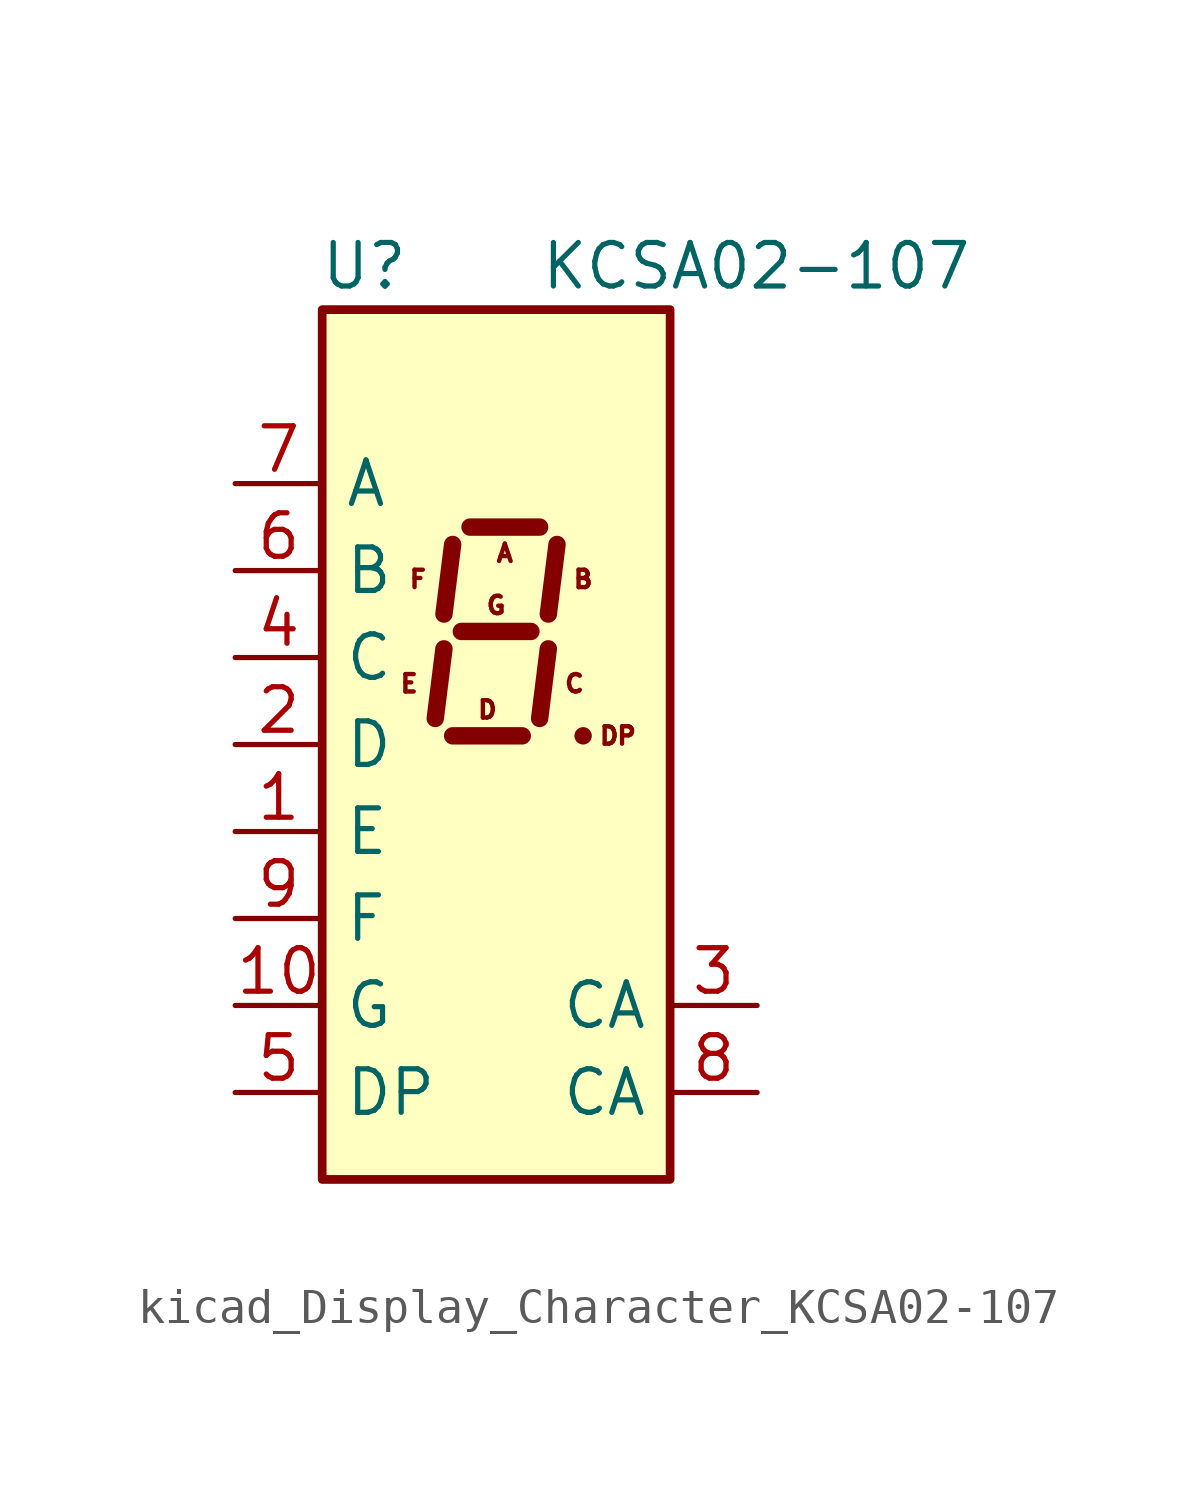
<source format=kicad_sym>
(kicad_symbol_lib
  (version 20220914)
  (generator kicad_symbol_editor)
  (symbol "kicad_Display_Character_KCSA02-107"
    (pin_names
      (offset 0.635))
    (property "Reference" "U"
      (at -2.54 13.97 0)
      (effects (font (size 1.27 1.27)) (justify right)))
    (property "Value" "KCSA02-107"
      (at 1.27 13.97 0)
      (effects (font (size 1.27 1.27)) (justify left)))
    (symbol "kicad_Display_Character_KCSA02-107_0_0"
      (text "A" (at 0.254 5.588 0) (effects (font (size 0.508 0.508))))
      (text "B" (at 2.54 4.826 0) (effects (font (size 0.508 0.508))))
      (text "C" (at 2.286 1.778 0) (effects (font (size 0.508 0.508))))
      (text "D" (at -0.254 1.016 0) (effects (font (size 0.508 0.508))))
      (text "DP" (at 3.556 0.254 0) (effects (font (size 0.508 0.508))))
      (text "E" (at -2.54 1.778 0) (effects (font (size 0.508 0.508))))
      (text "F" (at -2.286 4.826 0) (effects (font (size 0.508 0.508))))
      (text "G" (at 0 4.064 0) (effects (font (size 0.508 0.508)))))
    (symbol "kicad_Display_Character_KCSA02-107_0_1"
      (rectangle (start -5.08 12.7) (end 5.08 -12.7) (stroke (width 0.254) (type default)) (fill (type background)))
      (polyline (pts (xy -1.524 2.794) (xy -1.778 0.762)) (stroke (width 0.508) (type default)) (fill (type none)))
      (polyline (pts (xy -1.27 0.254) (xy 0.762 0.254)) (stroke (width 0.508) (type default)) (fill (type none)))
      (polyline (pts (xy -1.27 5.842) (xy -1.524 3.81)) (stroke (width 0.508) (type default)) (fill (type none)))
      (polyline (pts (xy -1.016 3.302) (xy 1.016 3.302)) (stroke (width 0.508) (type default)) (fill (type none)))
      (polyline (pts (xy -0.762 6.35) (xy 1.27 6.35)) (stroke (width 0.508) (type default)) (fill (type none)))
      (polyline (pts (xy 1.524 2.794) (xy 1.27 0.762)) (stroke (width 0.508) (type default)) (fill (type none)))
      (polyline (pts (xy 1.778 5.842) (xy 1.524 3.81)) (stroke (width 0.508) (type default)) (fill (type none)))
      (polyline (pts (xy 2.54 0.254) (xy 2.54 0.254)) (stroke (width 0.508) (type default)) (fill (type none))))
    (symbol "kicad_Display_Character_KCSA02-107_1_1"
      (pin input line (at -7.62 -2.54 0) (length 2.54) (name "E" (effects (font (size 1.27 1.27)))) (number "1" (effects (font (size 1.27 1.27)))))
      (pin input line (at -7.62 -7.62 0) (length 2.54) (name "G" (effects (font (size 1.27 1.27)))) (number "10" (effects (font (size 1.27 1.27)))))
      (pin input line (at -7.62 0 0) (length 2.54) (name "D" (effects (font (size 1.27 1.27)))) (number "2" (effects (font (size 1.27 1.27)))))
      (pin input line (at 7.62 -7.62 180) (length 2.54) (name "CA" (effects (font (size 1.27 1.27)))) (number "3" (effects (font (size 1.27 1.27)))))
      (pin input line (at -7.62 2.54 0) (length 2.54) (name "C" (effects (font (size 1.27 1.27)))) (number "4" (effects (font (size 1.27 1.27)))))
      (pin input line (at -7.62 -10.16 0) (length 2.54) (name "DP" (effects (font (size 1.27 1.27)))) (number "5" (effects (font (size 1.27 1.27)))))
      (pin input line (at -7.62 5.08 0) (length 2.54) (name "B" (effects (font (size 1.27 1.27)))) (number "6" (effects (font (size 1.27 1.27)))))
      (pin input line (at -7.62 7.62 0) (length 2.54) (name "A" (effects (font (size 1.27 1.27)))) (number "7" (effects (font (size 1.27 1.27)))))
      (pin input line (at 7.62 -10.16 180) (length 2.54) (name "CA" (effects (font (size 1.27 1.27)))) (number "8" (effects (font (size 1.27 1.27)))))
      (pin input line (at -7.62 -5.08 0) (length 2.54) (name "F" (effects (font (size 1.27 1.27)))) (number "9" (effects (font (size 1.27 1.27))))))))
</source>
